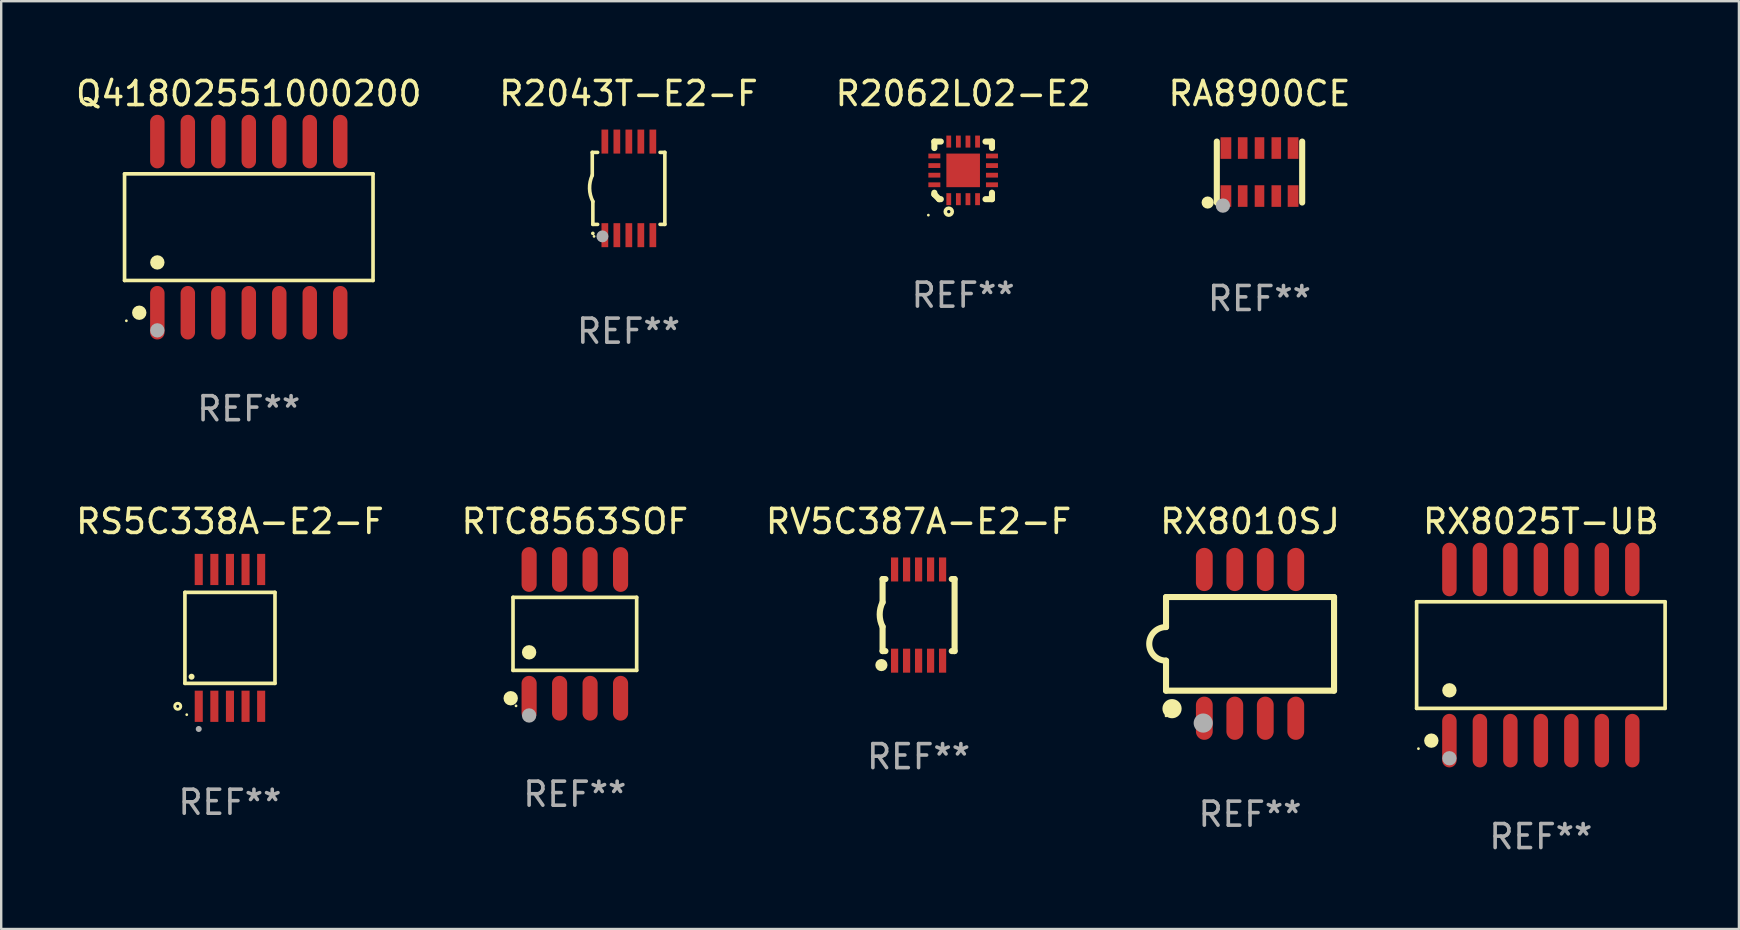
<source format=kicad_pcb>
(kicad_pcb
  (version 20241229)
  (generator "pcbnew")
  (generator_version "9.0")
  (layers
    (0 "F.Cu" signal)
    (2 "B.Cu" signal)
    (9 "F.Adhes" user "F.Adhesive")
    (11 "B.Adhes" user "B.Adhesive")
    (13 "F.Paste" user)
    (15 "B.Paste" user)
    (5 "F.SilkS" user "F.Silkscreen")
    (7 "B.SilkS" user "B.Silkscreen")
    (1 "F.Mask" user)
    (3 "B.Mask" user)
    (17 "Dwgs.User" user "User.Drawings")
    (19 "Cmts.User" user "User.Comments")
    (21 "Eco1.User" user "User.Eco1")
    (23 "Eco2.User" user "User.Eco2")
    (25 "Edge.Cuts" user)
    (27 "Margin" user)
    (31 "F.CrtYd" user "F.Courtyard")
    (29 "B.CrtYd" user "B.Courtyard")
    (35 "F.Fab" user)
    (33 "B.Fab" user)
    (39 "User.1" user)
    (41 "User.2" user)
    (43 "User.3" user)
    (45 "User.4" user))
  (footprint "R2062L02-E2"
    (layer "F.Cu")
    (at 37.077 4.048)
    (property "Reference" "R2062L02-E2" (at 0 -3.2 0) (layer "F.SilkS") (effects (font (size 1 1) (thickness 0.15))))
    (attr through_hole)
    (fp_line (start -1.2 -1.2) (end -1.2 -0.931) (stroke (width 0.254) (type solid)) (layer "F.SilkS"))
    (fp_line (start -1.2 1) (end -1.2 0.931) (stroke (width 0.254) (type solid)) (layer "F.SilkS"))
    (fp_line (start -1 1.2) (end -1.2 1) (stroke (width 0.254) (type solid)) (layer "F.SilkS"))
    (fp_line (start -0.931 -1.2) (end -1.2 -1.2) (stroke (width 0.254) (type solid)) (layer "F.SilkS"))
    (fp_line (start -0.931 1.2) (end -1 1.2) (stroke (width 0.254) (type solid)) (layer "F.SilkS"))
    (fp_line (start 0.931 -1.2) (end 1.2 -1.2) (stroke (width 0.254) (type solid)) (layer "F.SilkS"))
    (fp_line (start 1.2 -1.2) (end 1.2 -0.931) (stroke (width 0.254) (type solid)) (layer "F.SilkS"))
    (fp_line (start 1.2 0.931) (end 1.2 1.2) (stroke (width 0.254) (type solid)) (layer "F.SilkS"))
    (fp_line (start 1.2 1.2) (end 0.931 1.2) (stroke (width 0.254) (type solid)) (layer "F.SilkS"))
    (fp_circle (center -1.45 1.865) (end -1.42 1.865) (stroke (width 0.06) (type solid)) (fill no) (layer "F.SilkS"))
    (fp_circle (center -0.6 1.72) (end -0.53 1.72) (stroke (width 0.15) (type solid)) (fill no) (layer "F.SilkS"))
    (fp_text user "REF**" (at 0 5.2 0) (layer "F.Fab") (effects (font (size 1 1) (thickness 0.15))))
    (pad "1" smd rect (at -0.6 1.2 180) (size 0.2 0.5) (layers "F.Cu" "F.Mask" "F.Paste"))
    (pad "2" smd rect (at -0.2 1.2) (size 0.2 0.5) (layers "F.Cu" "F.Mask" "F.Paste"))
    (pad "3" smd rect (at 0.2 1.2) (size 0.2 0.5) (layers "F.Cu" "F.Mask" "F.Paste"))
    (pad "4" smd rect (at 0.6 1.2) (size 0.2 0.5) (layers "F.Cu" "F.Mask" "F.Paste"))
    (pad "5" smd rect (at 1.2 0.6 90) (size 0.2 0.5) (layers "F.Cu" "F.Mask" "F.Paste"))
    (pad "6" smd rect (at 1.2 0.2 90) (size 0.2 0.5) (layers "F.Cu" "F.Mask" "F.Paste"))
    (pad "7" smd rect (at 1.2 -0.2 90) (size 0.2 0.5) (layers "F.Cu" "F.Mask" "F.Paste"))
    (pad "8" smd rect (at 1.2 -0.6 90) (size 0.2 0.5) (layers "F.Cu" "F.Mask" "F.Paste"))
    (pad "9" smd rect (at 0.6 -1.2 180) (size 0.2 0.5) (layers "F.Cu" "F.Mask" "F.Paste"))
    (pad "10" smd rect (at 0.2 -1.2 180) (size 0.2 0.5) (layers "F.Cu" "F.Mask" "F.Paste"))
    (pad "11" smd rect (at -0.2 -1.2 180) (size 0.2 0.5) (layers "F.Cu" "F.Mask" "F.Paste"))
    (pad "12" smd rect (at -0.6 -1.2 180) (size 0.2 0.5) (layers "F.Cu" "F.Mask" "F.Paste"))
    (pad "13" smd rect (at -1.2 -0.6 270) (size 0.2 0.5) (layers "F.Cu" "F.Mask" "F.Paste"))
    (pad "14" smd rect (at -1.2 -0.2 270) (size 0.2 0.5) (layers "F.Cu" "F.Mask" "F.Paste"))
    (pad "15" smd rect (at -1.2 0.2 270) (size 0.2 0.5) (layers "F.Cu" "F.Mask" "F.Paste"))
    (pad "16" smd rect (at -1.2 0.6 270) (size 0.2 0.5) (layers "F.Cu" "F.Mask" "F.Paste"))
    (pad "17" smd rect (at 0 0 270) (size 1.4 1.4) (layers "F.Cu" "F.Mask" "F.Paste")))
  (footprint "RA8900CE"
    (layer "F.Cu")
    (at 49.423 4.118)
    (property "Reference" "RA8900CE" (at 0 -3.27 0) (layer "F.SilkS") (effects (font (size 1 1) (thickness 0.15))))
    (attr through_hole)
    (fp_line (start -1.778 -1.27) (end -1.778 1.27) (stroke (width 0.254) (type solid)) (layer "F.SilkS"))
    (fp_line (start 1.778 1.27) (end 1.778 -1.27) (stroke (width 0.254) (type solid)) (layer "F.SilkS"))
    (fp_circle (center -2.159 1.27) (end -2.032 1.27) (stroke (width 0.254) (type solid)) (fill no) (layer "F.SilkS"))
    (fp_circle (center -1.6 1.25) (end -1.57 1.25) (stroke (width 0.06) (type solid)) (fill no) (layer "F.SilkS"))
    (fp_circle (center -1.524 1.397) (end -1.374 1.397) (stroke (width 0.3) (type solid)) (fill no) (layer "F.Fab"))
    (fp_text user "REF**" (at 0 5.27 0) (layer "F.Fab") (effects (font (size 1 1) (thickness 0.15))))
    (pad "1" smd rect (at -1.4 1) (size 0.45 0.9) (layers "F.Cu" "F.Mask" "F.Paste"))
    (pad "2" smd rect (at -0.7 1) (size 0.4 0.9) (layers "F.Cu" "F.Mask" "F.Paste"))
    (pad "3" smd rect (at 0.000127 1) (size 0.4 0.9) (layers "F.Cu" "F.Mask" "F.Paste"))
    (pad "4" smd rect (at 0.7 1) (size 0.4 0.9) (layers "F.Cu" "F.Mask" "F.Paste"))
    (pad "5" smd rect (at 1.4 1) (size 0.45 0.9) (layers "F.Cu" "F.Mask" "F.Paste"))
    (pad "6" smd rect (at 1.4 -1) (size 0.45 0.9) (layers "F.Cu" "F.Mask" "F.Paste"))
    (pad "7" smd rect (at 0.7 -1) (size 0.4 0.9) (layers "F.Cu" "F.Mask" "F.Paste"))
    (pad "8" smd rect (at 0.000127 -1) (size 0.4 0.9) (layers "F.Cu" "F.Mask" "F.Paste"))
    (pad "9" smd rect (at -0.7 -1) (size 0.4 0.9) (layers "F.Cu" "F.Mask" "F.Paste"))
    (pad "10" smd rect (at -1.4 -1) (size 0.45 0.9) (layers "F.Cu" "F.Mask" "F.Paste")))
  (footprint "Q41802551000200"
    (layer "F.Cu")
    (at 7.315 6.414)
    (property "Reference" "Q41802551000200" (at 0 -5.565 0) (layer "F.SilkS") (effects (font (size 1 1) (thickness 0.15))))
    (attr through_hole)
    (fp_line (start -5.176 -2.221) (end 5.176 -2.221) (stroke (width 0.152) (type solid)) (layer "F.SilkS"))
    (fp_line (start -5.176 2.221) (end -5.176 -2.221) (stroke (width 0.152) (type solid)) (layer "F.SilkS"))
    (fp_line (start 5.176 -2.221) (end 5.176 2.221) (stroke (width 0.152) (type solid)) (layer "F.SilkS"))
    (fp_line (start 5.176 2.221) (end -5.176 2.221) (stroke (width 0.152) (type solid)) (layer "F.SilkS"))
    (fp_circle (center -5.1 3.9) (end -5.07 3.9) (stroke (width 0.06) (type solid)) (fill no) (layer "F.SilkS"))
    (fp_circle (center -4.563 3.565) (end -4.413 3.565) (stroke (width 0.3) (type solid)) (fill no) (layer "F.SilkS"))
    (fp_circle (center -3.81 1.469) (end -3.66 1.469) (stroke (width 0.3) (type solid)) (fill no) (layer "F.SilkS"))
    (fp_circle (center -3.81 4.3) (end -3.66 4.3) (stroke (width 0.3) (type solid)) (fill no) (layer "F.Fab"))
    (fp_text user "REF**" (at 0 7.565 0) (layer "F.Fab") (effects (font (size 1 1) (thickness 0.15))))
    (pad "1" smd oval (at -3.81 3.565) (size 0.602 2.231) (layers "F.Cu" "F.Mask" "F.Paste"))
    (pad "2" smd oval (at -2.54 3.565) (size 0.602 2.231) (layers "F.Cu" "F.Mask" "F.Paste"))
    (pad "3" smd oval (at -1.27 3.565) (size 0.602 2.231) (layers "F.Cu" "F.Mask" "F.Paste"))
    (pad "4" smd oval (at 0 3.565) (size 0.602 2.231) (layers "F.Cu" "F.Mask" "F.Paste"))
    (pad "5" smd oval (at 1.27 3.565) (size 0.602 2.231) (layers "F.Cu" "F.Mask" "F.Paste"))
    (pad "6" smd oval (at 2.54 3.565) (size 0.602 2.231) (layers "F.Cu" "F.Mask" "F.Paste"))
    (pad "7" smd oval (at 3.81 3.565) (size 0.602 2.231) (layers "F.Cu" "F.Mask" "F.Paste"))
    (pad "8" smd oval (at 3.81 -3.565) (size 0.602 2.231) (layers "F.Cu" "F.Mask" "F.Paste"))
    (pad "9" smd oval (at 2.54 -3.565) (size 0.602 2.231) (layers "F.Cu" "F.Mask" "F.Paste"))
    (pad "10" smd oval (at 1.27 -3.565) (size 0.602 2.231) (layers "F.Cu" "F.Mask" "F.Paste"))
    (pad "11" smd oval (at 0 -3.565) (size 0.602 2.231) (layers "F.Cu" "F.Mask" "F.Paste"))
    (pad "12" smd oval (at -1.27 -3.565) (size 0.602 2.231) (layers "F.Cu" "F.Mask" "F.Paste"))
    (pad "13" smd oval (at -2.54 -3.565) (size 0.602 2.231) (layers "F.Cu" "F.Mask" "F.Paste"))
    (pad "14" smd oval (at -3.81 -3.565) (size 0.602 2.231) (layers "F.Cu" "F.Mask" "F.Paste")))
  (footprint "RTC8563SOF"
    (layer "F.Cu")
    (at 20.899 23.358)
    (property "Reference" "RTC8563SOF" (at 0 -4.682 0) (layer "F.SilkS") (effects (font (size 1 1) (thickness 0.15))))
    (attr through_hole)
    (fp_line (start -2.576 -1.521) (end 2.576 -1.521) (stroke (width 0.152) (type solid)) (layer "F.SilkS"))
    (fp_line (start -2.576 1.521) (end -2.576 -1.521) (stroke (width 0.152) (type solid)) (layer "F.SilkS"))
    (fp_line (start 2.576 -1.521) (end 2.576 1.521) (stroke (width 0.152) (type solid)) (layer "F.SilkS"))
    (fp_line (start 2.576 1.521) (end -2.576 1.521) (stroke (width 0.152) (type solid)) (layer "F.SilkS"))
    (fp_circle (center -2.672 2.682) (end -2.522 2.682) (stroke (width 0.3) (type solid)) (fill no) (layer "F.SilkS"))
    (fp_circle (center -2.45 3) (end -2.42 3) (stroke (width 0.06) (type solid)) (fill no) (layer "F.SilkS"))
    (fp_circle (center -1.905 0.769) (end -1.755 0.769) (stroke (width 0.3) (type solid)) (fill no) (layer "F.SilkS"))
    (fp_circle (center -1.905 3.4) (end -1.755 3.4) (stroke (width 0.3) (type solid)) (fill no) (layer "F.Fab"))
    (fp_text user "REF**" (at 0 6.682 0) (layer "F.Fab") (effects (font (size 1 1) (thickness 0.15))))
    (pad "1" smd oval (at -1.905 2.682) (size 0.63 1.865) (layers "F.Cu" "F.Mask" "F.Paste"))
    (pad "2" smd oval (at -0.635 2.682) (size 0.63 1.865) (layers "F.Cu" "F.Mask" "F.Paste"))
    (pad "3" smd oval (at 0.635 2.682) (size 0.63 1.865) (layers "F.Cu" "F.Mask" "F.Paste"))
    (pad "4" smd oval (at 1.905 2.682) (size 0.63 1.865) (layers "F.Cu" "F.Mask" "F.Paste"))
    (pad "5" smd oval (at 1.905 -2.682) (size 0.63 1.865) (layers "F.Cu" "F.Mask" "F.Paste"))
    (pad "6" smd oval (at 0.635 -2.682) (size 0.63 1.865) (layers "F.Cu" "F.Mask" "F.Paste"))
    (pad "7" smd oval (at -0.635 -2.682) (size 0.63 1.865) (layers "F.Cu" "F.Mask" "F.Paste"))
    (pad "8" smd oval (at -1.905 -2.682) (size 0.63 1.865) (layers "F.Cu" "F.Mask" "F.Paste")))
  (footprint "RS5C338A-E2-F"
    (layer "F.Cu")
    (at 6.53 23.525)
    (property "Reference" "RS5C338A-E2-F" (at 0 -4.85 0) (layer "F.SilkS") (effects (font (size 1 1) (thickness 0.15))))
    (attr through_hole)
    (fp_line (start -1.876 -1.895) (end 1.876 -1.895) (stroke (width 0.152) (type solid)) (layer "F.SilkS"))
    (fp_line (start -1.876 1.895) (end -1.876 -1.895) (stroke (width 0.152) (type solid)) (layer "F.SilkS"))
    (fp_line (start 1.876 -1.895) (end 1.876 1.895) (stroke (width 0.152) (type solid)) (layer "F.SilkS"))
    (fp_line (start 1.876 1.895) (end -1.876 1.895) (stroke (width 0.152) (type solid)) (layer "F.SilkS"))
    (fp_circle (center -2.175 2.85) (end -2.113 2.85) (stroke (width 0.125) (type solid)) (fill no) (layer "F.SilkS"))
    (fp_circle (center -1.8 3.2) (end -1.77 3.2) (stroke (width 0.06) (type solid)) (fill no) (layer "F.SilkS"))
    (fp_circle (center -1.599 1.618) (end -1.536 1.618) (stroke (width 0.125) (type solid)) (fill no) (layer "F.SilkS"))
    (fp_circle (center -1.3 3.796) (end -1.237 3.796) (stroke (width 0.125) (type solid)) (fill no) (layer "F.Fab"))
    (fp_text user "REF**" (at 0 6.85 0) (layer "F.Fab") (effects (font (size 1 1) (thickness 0.15))))
    (pad "1" smd rect (at -1.3 2.85) (size 0.336 1.3) (layers "F.Cu" "F.Mask" "F.Paste"))
    (pad "2" smd rect (at -0.65 2.85) (size 0.336 1.3) (layers "F.Cu" "F.Mask" "F.Paste"))
    (pad "3" smd rect (at 0 2.85) (size 0.336 1.3) (layers "F.Cu" "F.Mask" "F.Paste"))
    (pad "4" smd rect (at 0.65 2.85) (size 0.336 1.3) (layers "F.Cu" "F.Mask" "F.Paste"))
    (pad "5" smd rect (at 1.3 2.85) (size 0.336 1.3) (layers "F.Cu" "F.Mask" "F.Paste"))
    (pad "6" smd rect (at 1.3 -2.85) (size 0.336 1.3) (layers "F.Cu" "F.Mask" "F.Paste"))
    (pad "7" smd rect (at 0.65 -2.85) (size 0.336 1.3) (layers "F.Cu" "F.Mask" "F.Paste"))
    (pad "8" smd rect (at 0 -2.85) (size 0.336 1.3) (layers "F.Cu" "F.Mask" "F.Paste"))
    (pad "9" smd rect (at -0.65 -2.85) (size 0.336 1.3) (layers "F.Cu" "F.Mask" "F.Paste"))
    (pad "10" smd rect (at -1.3 -2.85) (size 0.336 1.3) (layers "F.Cu" "F.Mask" "F.Paste")))
  (footprint "RX8010SJ"
    (layer "F.Cu")
    (at 49.029 23.774)
    (property "Reference" "RX8010SJ" (at 0 -5.099 0) (layer "F.SilkS") (effects (font (size 1 1) (thickness 0.15))))
    (attr through_hole)
    (fp_line (start -3.5 -1.95) (end 3.5 -1.95) (stroke (width 0.254) (type solid)) (layer "F.SilkS"))
    (fp_line (start -3.5 -0.7) (end -3.5 -1.95) (stroke (width 0.254) (type solid)) (layer "F.SilkS"))
    (fp_line (start -3.5 0.7) (end -3.5 1.95) (stroke (width 0.254) (type solid)) (layer "F.SilkS"))
    (fp_line (start -3.5 1.95) (end 3.5 1.95) (stroke (width 0.254) (type solid)) (layer "F.SilkS"))
    (fp_line (start 3.5 1.95) (end 3.5 -1.95) (stroke (width 0.254) (type solid)) (layer "F.SilkS"))
    (fp_arc (start -3.5 0.7) (mid -4.2 0) (end -3.5 -0.7) (stroke (width 0.254001) (type solid)) (layer "F.SilkS"))
    (fp_circle (center -3.5 3) (end -3.47 3) (stroke (width 0.06) (type solid)) (fill no) (layer "F.SilkS"))
    (fp_circle (center -3.25 2.7) (end -3.05 2.7) (stroke (width 0.4) (type solid)) (fill no) (layer "F.SilkS"))
    (fp_circle (center -1.95 3.3) (end -1.75 3.3) (stroke (width 0.4) (type solid)) (fill no) (layer "F.Fab"))
    (fp_text user "REF**" (at 0 7.099 0) (layer "F.Fab") (effects (font (size 1 1) (thickness 0.15))))
    (pad "1" smd oval (at -1.905 3.099 180) (size 0.7 1.8) (layers "F.Cu" "F.Mask" "F.Paste"))
    (pad "2" smd oval (at -0.635 3.099 180) (size 0.7 1.8) (layers "F.Cu" "F.Mask" "F.Paste"))
    (pad "3" smd oval (at 0.635 3.099 180) (size 0.7 1.8) (layers "F.Cu" "F.Mask" "F.Paste"))
    (pad "4" smd oval (at 1.905 3.099 180) (size 0.7 1.8) (layers "F.Cu" "F.Mask" "F.Paste"))
    (pad "5" smd oval (at 1.905 -3.099 180) (size 0.7 1.8) (layers "F.Cu" "F.Mask" "F.Paste"))
    (pad "6" smd oval (at 0.635 -3.099 180) (size 0.7 1.8) (layers "F.Cu" "F.Mask" "F.Paste"))
    (pad "7" smd oval (at -0.635 -3.099 180) (size 0.7 1.8) (layers "F.Cu" "F.Mask" "F.Paste"))
    (pad "8" smd oval (at -1.905 -3.099 180) (size 0.7 1.8) (layers "F.Cu" "F.Mask" "F.Paste")))
  (footprint "RV5C387A-E2-F"
    (layer "F.Cu")
    (at 35.22 22.575)
    (property "Reference" "RV5C387A-E2-F" (at 0 -3.9 0) (layer "F.SilkS") (effects (font (size 1 1) (thickness 0.15))))
    (attr through_hole)
    (fp_line (start -1.5 -1.5) (end -1.5 -0.533) (stroke (width 0.254) (type solid)) (layer "F.SilkS"))
    (fp_line (start -1.5 -1.5) (end -1.381 -1.5) (stroke (width 0.254) (type solid)) (layer "F.SilkS"))
    (fp_line (start -1.5 1.5) (end -1.5 0.483) (stroke (width 0.254) (type solid)) (layer "F.SilkS"))
    (fp_line (start -1.5 1.5) (end -1.381 1.5) (stroke (width 0.254) (type solid)) (layer "F.SilkS"))
    (fp_line (start 1.381 -1.5) (end 1.5 -1.5) (stroke (width 0.254) (type solid)) (layer "F.SilkS"))
    (fp_line (start 1.381 1.5) (end 1.5 1.5) (stroke (width 0.254) (type solid)) (layer "F.SilkS"))
    (fp_line (start 1.5 1.5) (end 1.5 -1.5) (stroke (width 0.254) (type solid)) (layer "F.SilkS"))
    (fp_arc (start -1.501015 0.483109) (mid -1.620651 -0.025266) (end -1.5 -0.533401) (stroke (width 0.254001) (type solid)) (layer "F.SilkS"))
    (fp_circle (center -1.549 2.083) (end -1.422 2.083) (stroke (width 0.254) (type solid)) (fill no) (layer "F.SilkS"))
    (fp_text user "REF**" (at 0 5.9 0) (layer "F.Fab") (effects (font (size 1 1) (thickness 0.15))))
    (pad "1" smd rect (at -1 1.9 90) (size 1 0.3) (layers "F.Cu" "F.Mask" "F.Paste"))
    (pad "2" smd rect (at -0.5 1.9 90) (size 1 0.3) (layers "F.Cu" "F.Mask" "F.Paste"))
    (pad "3" smd rect (at 0.000127 1.9 90) (size 1 0.3) (layers "F.Cu" "F.Mask" "F.Paste"))
    (pad "4" smd rect (at 0.5 1.9 90) (size 1 0.3) (layers "F.Cu" "F.Mask" "F.Paste"))
    (pad "5" smd rect (at 1 1.9 90) (size 1 0.3) (layers "F.Cu" "F.Mask" "F.Paste"))
    (pad "6" smd rect (at 1 -1.9 270) (size 1 0.3) (layers "F.Cu" "F.Mask" "F.Paste"))
    (pad "7" smd rect (at 0.5 -1.9 90) (size 1 0.3) (layers "F.Cu" "F.Mask" "F.Paste"))
    (pad "8" smd rect (at 0.000127 -1.9 90) (size 1 0.3) (layers "F.Cu" "F.Mask" "F.Paste"))
    (pad "9" smd rect (at -0.5 -1.9 90) (size 1 0.3) (layers "F.Cu" "F.Mask" "F.Paste"))
    (pad "10" smd rect (at -1 -1.9 90) (size 1 0.3) (layers "F.Cu" "F.Mask" "F.Paste")))
  (footprint "RX8025T-UB"
    (layer "F.Cu")
    (at 61.145 24.241)
    (property "Reference" "RX8025T-UB" (at 0 -5.565 0) (layer "F.SilkS") (effects (font (size 1 1) (thickness 0.15))))
    (attr through_hole)
    (fp_line (start -5.176 -2.221) (end 5.176 -2.221) (stroke (width 0.152) (type solid)) (layer "F.SilkS"))
    (fp_line (start -5.176 2.221) (end -5.176 -2.221) (stroke (width 0.152) (type solid)) (layer "F.SilkS"))
    (fp_line (start 5.176 -2.221) (end 5.176 2.221) (stroke (width 0.152) (type solid)) (layer "F.SilkS"))
    (fp_line (start 5.176 2.221) (end -5.176 2.221) (stroke (width 0.152) (type solid)) (layer "F.SilkS"))
    (fp_circle (center -5.1 3.9) (end -5.07 3.9) (stroke (width 0.06) (type solid)) (fill no) (layer "F.SilkS"))
    (fp_circle (center -4.563 3.565) (end -4.413 3.565) (stroke (width 0.3) (type solid)) (fill no) (layer "F.SilkS"))
    (fp_circle (center -3.81 1.469) (end -3.66 1.469) (stroke (width 0.3) (type solid)) (fill no) (layer "F.SilkS"))
    (fp_circle (center -3.81 4.3) (end -3.66 4.3) (stroke (width 0.3) (type solid)) (fill no) (layer "F.Fab"))
    (fp_text user "REF**" (at 0 7.565 0) (layer "F.Fab") (effects (font (size 1 1) (thickness 0.15))))
    (pad "1" smd oval (at -3.81 3.565) (size 0.602 2.231) (layers "F.Cu" "F.Mask" "F.Paste"))
    (pad "2" smd oval (at -2.54 3.565) (size 0.602 2.231) (layers "F.Cu" "F.Mask" "F.Paste"))
    (pad "3" smd oval (at -1.27 3.565) (size 0.602 2.231) (layers "F.Cu" "F.Mask" "F.Paste"))
    (pad "4" smd oval (at 0 3.565) (size 0.602 2.231) (layers "F.Cu" "F.Mask" "F.Paste"))
    (pad "5" smd oval (at 1.27 3.565) (size 0.602 2.231) (layers "F.Cu" "F.Mask" "F.Paste"))
    (pad "6" smd oval (at 2.54 3.565) (size 0.602 2.231) (layers "F.Cu" "F.Mask" "F.Paste"))
    (pad "7" smd oval (at 3.81 3.565) (size 0.602 2.231) (layers "F.Cu" "F.Mask" "F.Paste"))
    (pad "8" smd oval (at 3.81 -3.565) (size 0.602 2.231) (layers "F.Cu" "F.Mask" "F.Paste"))
    (pad "9" smd oval (at 2.54 -3.565) (size 0.602 2.231) (layers "F.Cu" "F.Mask" "F.Paste"))
    (pad "10" smd oval (at 1.27 -3.565) (size 0.602 2.231) (layers "F.Cu" "F.Mask" "F.Paste"))
    (pad "11" smd oval (at 0 -3.565) (size 0.602 2.231) (layers "F.Cu" "F.Mask" "F.Paste"))
    (pad "12" smd oval (at -1.27 -3.565) (size 0.602 2.231) (layers "F.Cu" "F.Mask" "F.Paste"))
    (pad "13" smd oval (at -2.54 -3.565) (size 0.602 2.231) (layers "F.Cu" "F.Mask" "F.Paste"))
    (pad "14" smd oval (at -3.81 -3.565) (size 0.602 2.231) (layers "F.Cu" "F.Mask" "F.Paste")))
  (footprint "R2043T-E2-F"
    (layer "F.Cu")
    (at 23.137 4.798)
    (property "Reference" "R2043T-E2-F" (at 0 -3.95 0) (layer "F.SilkS") (effects (font (size 1 1) (thickness 0.15))))
    (attr through_hole)
    (fp_line (start -1.512 -1.5) (end -1.512 -0.546) (stroke (width 0.15) (type solid)) (layer "F.SilkS"))
    (fp_line (start -1.487 0.546) (end -1.487 1.5) (stroke (width 0.15) (type solid)) (layer "F.SilkS"))
    (fp_line (start -1.288 -1.5) (end -1.512 -1.5) (stroke (width 0.15) (type solid)) (layer "F.SilkS"))
    (fp_line (start -1.288 1.5) (end -1.487 1.5) (stroke (width 0.15) (type solid)) (layer "F.SilkS"))
    (fp_line (start 1.512 -1.5) (end 1.312 -1.5) (stroke (width 0.15) (type solid)) (layer "F.SilkS"))
    (fp_line (start 1.512 -1.5) (end 1.512 1.5) (stroke (width 0.15) (type solid)) (layer "F.SilkS"))
    (fp_line (start 1.512 1.5) (end 1.312 1.5) (stroke (width 0.15) (type solid)) (layer "F.SilkS"))
    (fp_arc (start -1.489268 1.875006) (mid -1.487998 1.875) (end -1.486728 1.875006) (stroke (width 0.150013) (type solid)) (layer "F.SilkS"))
    (fp_arc (start -1.486602 0.546102) (mid -1.624196 0.002905) (end -1.512002 -0.546101) (stroke (width 0.150013) (type solid)) (layer "F.SilkS"))
    (fp_circle (center -1.438 2) (end -1.408 2) (stroke (width 0.06) (type solid)) (fill no) (layer "F.SilkS"))
    (fp_circle (center -1.088 2) (end -0.963 2) (stroke (width 0.25) (type solid)) (fill no) (layer "F.Fab"))
    (fp_text user "REF**" (at 0 5.95 0) (layer "F.Fab") (effects (font (size 1 1) (thickness 0.15))))
    (pad "1" smd rect (at -0.988 1.95) (size 0.28 1) (layers "F.Cu" "F.Mask" "F.Paste"))
    (pad "2" smd rect (at -0.488 1.95) (size 0.28 1) (layers "F.Cu" "F.Mask" "F.Paste"))
    (pad "3" smd rect (at 0.012 1.95) (size 0.28 1) (layers "F.Cu" "F.Mask" "F.Paste"))
    (pad "4" smd rect (at 0.512 1.95) (size 0.28 1) (layers "F.Cu" "F.Mask" "F.Paste"))
    (pad "5" smd rect (at 1.012 1.95) (size 0.28 1) (layers "F.Cu" "F.Mask" "F.Paste"))
    (pad "6" smd rect (at 1.012 -1.95) (size 0.28 1) (layers "F.Cu" "F.Mask" "F.Paste"))
    (pad "7" smd rect (at 0.512 -1.95) (size 0.28 1) (layers "F.Cu" "F.Mask" "F.Paste"))
    (pad "8" smd rect (at 0.012 -1.95) (size 0.28 1) (layers "F.Cu" "F.Mask" "F.Paste"))
    (pad "9" smd rect (at -0.488 -1.95) (size 0.28 1) (layers "F.Cu" "F.Mask" "F.Paste"))
    (pad "10" smd rect (at -0.988 -1.95) (size 0.28 1) (layers "F.Cu" "F.Mask" "F.Paste")))
  (gr_rect
    (start -3 -3)
    (end 69.397 35.655)
    (stroke (width 0.1) (type default))
    (fill no)
    (layer "Edge.Cuts")))
</source>
